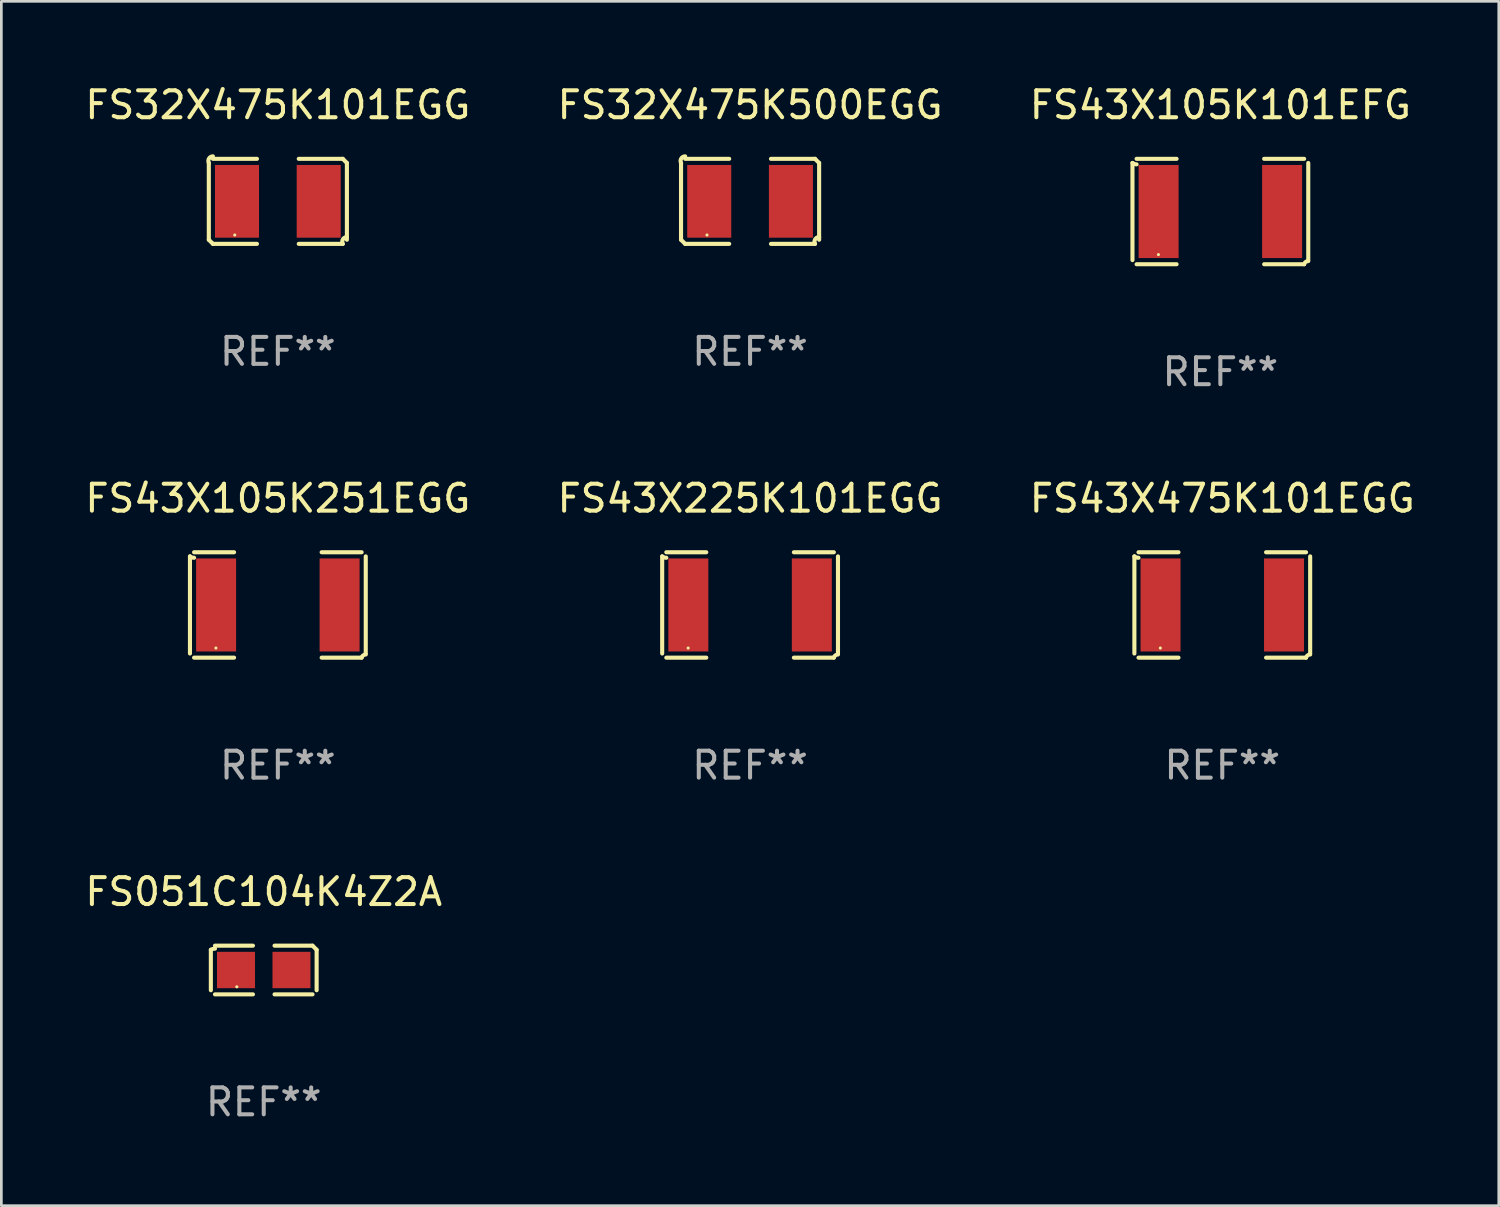
<source format=kicad_pcb>
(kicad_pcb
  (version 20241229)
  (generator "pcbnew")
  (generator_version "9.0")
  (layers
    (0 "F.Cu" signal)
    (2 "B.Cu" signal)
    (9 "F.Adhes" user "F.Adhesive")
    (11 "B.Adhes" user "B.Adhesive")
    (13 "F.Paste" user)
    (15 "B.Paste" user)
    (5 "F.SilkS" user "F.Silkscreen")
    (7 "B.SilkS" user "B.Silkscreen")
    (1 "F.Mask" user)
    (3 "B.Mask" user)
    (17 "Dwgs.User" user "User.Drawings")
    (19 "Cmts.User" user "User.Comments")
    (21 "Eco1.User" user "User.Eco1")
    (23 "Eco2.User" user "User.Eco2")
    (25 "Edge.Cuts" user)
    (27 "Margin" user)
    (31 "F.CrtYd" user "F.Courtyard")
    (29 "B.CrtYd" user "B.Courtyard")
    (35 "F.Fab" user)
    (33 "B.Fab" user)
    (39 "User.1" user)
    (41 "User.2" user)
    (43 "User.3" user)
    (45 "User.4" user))
  (footprint "FS32X475K500EGG"
    (layer "F.Cu")
    (at 24.804 4.427)
    (property "Reference" "FS32X475K500EGG" (at 0 -3.579 0) (layer "F.SilkS") (effects (font (size 1 1) (thickness 0.15))))
    (attr through_hole)
    (fp_line (start -2.564 1.426) (end -2.564 -1.426) (stroke (width 0.152) (type solid)) (layer "F.SilkS"))
    (fp_line (start -2.411 -1.579) (end -0.776 -1.579) (stroke (width 0.152) (type solid)) (layer "F.SilkS"))
    (fp_line (start -0.776 1.579) (end -2.411 1.579) (stroke (width 0.152) (type solid)) (layer "F.SilkS"))
    (fp_line (start 0.776 1.579) (end 2.411 1.579) (stroke (width 0.152) (type solid)) (layer "F.SilkS"))
    (fp_line (start 2.411 -1.579) (end 0.776 -1.579) (stroke (width 0.152) (type solid)) (layer "F.SilkS"))
    (fp_line (start 2.564 1.426) (end 2.564 -1.426) (stroke (width 0.152) (type solid)) (layer "F.SilkS"))
    (fp_arc (start -2.563602 -1.426213) (mid -2.555597 -1.591233) (end -2.411201 -1.671518) (stroke (width 0.1524) (type solid)) (layer "F.SilkS"))
    (fp_arc (start -2.5636 1.426214) (mid -2.487389 1.502402) (end -2.411201 1.578613) (stroke (width 0.1524) (type solid)) (layer "F.SilkS"))
    (fp_arc (start 2.411197 -1.578618) (mid 2.487403 -1.502419) (end 2.563602 -1.426213) (stroke (width 0.1524) (type solid)) (layer "F.SilkS"))
    (fp_arc (start 2.411201 1.578613) (mid 2.416214 1.409455) (end 2.563602 1.32629) (stroke (width 0.1524) (type solid)) (layer "F.SilkS"))
    (fp_circle (center -1.6 1.25) (end -1.57 1.25) (stroke (width 0.06) (type solid)) (fill no) (layer "F.SilkS"))
    (fp_text user "REF**" (at 0 5.579 0) (layer "F.Fab") (effects (font (size 1 1) (thickness 0.15))))
    (pad "1" smd rect (at -1.517 0) (size 1.635 2.7) (layers "F.Cu" "F.Mask" "F.Paste"))
    (pad "2" smd rect (at 1.517 0) (size 1.635 2.7) (layers "F.Cu" "F.Mask" "F.Paste")))
  (footprint "FS32X475K101EGG"
    (layer "F.Cu")
    (at 7.268 4.427)
    (property "Reference" "FS32X475K101EGG" (at 0 -3.579 0) (layer "F.SilkS") (effects (font (size 1 1) (thickness 0.15))))
    (attr through_hole)
    (fp_line (start -2.564 1.426) (end -2.564 -1.426) (stroke (width 0.152) (type solid)) (layer "F.SilkS"))
    (fp_line (start -2.411 -1.579) (end -0.776 -1.579) (stroke (width 0.152) (type solid)) (layer "F.SilkS"))
    (fp_line (start -0.776 1.579) (end -2.411 1.579) (stroke (width 0.152) (type solid)) (layer "F.SilkS"))
    (fp_line (start 0.776 1.579) (end 2.411 1.579) (stroke (width 0.152) (type solid)) (layer "F.SilkS"))
    (fp_line (start 2.411 -1.579) (end 0.776 -1.579) (stroke (width 0.152) (type solid)) (layer "F.SilkS"))
    (fp_line (start 2.564 1.426) (end 2.564 -1.426) (stroke (width 0.152) (type solid)) (layer "F.SilkS"))
    (fp_arc (start -2.563602 -1.426213) (mid -2.555597 -1.591233) (end -2.411201 -1.671518) (stroke (width 0.1524) (type solid)) (layer "F.SilkS"))
    (fp_arc (start -2.5636 1.426214) (mid -2.487389 1.502402) (end -2.411201 1.578613) (stroke (width 0.1524) (type solid)) (layer "F.SilkS"))
    (fp_arc (start 2.411197 -1.578618) (mid 2.487403 -1.502419) (end 2.563602 -1.426213) (stroke (width 0.1524) (type solid)) (layer "F.SilkS"))
    (fp_arc (start 2.411201 1.578613) (mid 2.416214 1.409455) (end 2.563602 1.32629) (stroke (width 0.1524) (type solid)) (layer "F.SilkS"))
    (fp_circle (center -1.6 1.25) (end -1.57 1.25) (stroke (width 0.06) (type solid)) (fill no) (layer "F.SilkS"))
    (fp_text user "REF**" (at 0 5.579 0) (layer "F.Fab") (effects (font (size 1 1) (thickness 0.15))))
    (pad "1" smd rect (at -1.517 0) (size 1.635 2.7) (layers "F.Cu" "F.Mask" "F.Paste"))
    (pad "2" smd rect (at 1.517 0) (size 1.635 2.7) (layers "F.Cu" "F.Mask" "F.Paste")))
  (footprint "FS051C104K4Z2A"
    (layer "F.Cu")
    (at 6.744 32.971)
    (property "Reference" "FS051C104K4Z2A" (at 0 -2.904 0) (layer "F.SilkS") (effects (font (size 1 1) (thickness 0.15))))
    (attr through_hole)
    (fp_line (start -1.964 0.751) (end -1.964 -0.751) (stroke (width 0.152) (type solid)) (layer "F.SilkS"))
    (fp_line (start -1.811 -0.904) (end -0.401 -0.904) (stroke (width 0.152) (type solid)) (layer "F.SilkS"))
    (fp_line (start -0.401 0.904) (end -1.811 0.904) (stroke (width 0.152) (type solid)) (layer "F.SilkS"))
    (fp_line (start 0.401 0.904) (end 1.811 0.904) (stroke (width 0.152) (type solid)) (layer "F.SilkS"))
    (fp_line (start 1.811 -0.904) (end 0.401 -0.904) (stroke (width 0.152) (type solid)) (layer "F.SilkS"))
    (fp_line (start 1.964 0.751) (end 1.964 -0.751) (stroke (width 0.152) (type solid)) (layer "F.SilkS"))
    (fp_arc (start -1.963602 -0.751207) (mid -1.890354 -0.783131) (end -1.811201 -0.794044) (stroke (width 0.1524) (type solid)) (layer "F.SilkS"))
    (fp_arc (start 1.811202 -0.903607) (mid 1.887413 -0.827418) (end 1.963602 -0.751207) (stroke (width 0.1524) (type solid)) (layer "F.SilkS"))
    (fp_circle (center -1 0.625) (end -0.97 0.625) (stroke (width 0.06) (type solid)) (fill no) (layer "F.SilkS"))
    (fp_text user "REF**" (at 0 4.904 0) (layer "F.Fab") (effects (font (size 1 1) (thickness 0.15))))
    (pad "1" smd rect (at -1.03 0) (size 1.41 1.35) (layers "F.Cu" "F.Mask" "F.Paste"))
    (pad "2" smd rect (at 1.03 0) (size 1.41 1.35) (layers "F.Cu" "F.Mask" "F.Paste")))
  (footprint "FS43X105K101EFG"
    (layer "F.Cu")
    (at 42.268 4.805)
    (property "Reference" "FS43X105K101EFG" (at 0 -3.957 0) (layer "F.SilkS") (effects (font (size 1 1) (thickness 0.15))))
    (attr through_hole)
    (fp_line (start -3.264 1.804) (end -3.264 -1.804) (stroke (width 0.152) (type solid)) (layer "F.SilkS"))
    (fp_line (start -3.111 -1.957) (end -1.626 -1.957) (stroke (width 0.152) (type solid)) (layer "F.SilkS"))
    (fp_line (start -1.626 1.957) (end -3.111 1.957) (stroke (width 0.152) (type solid)) (layer "F.SilkS"))
    (fp_line (start 1.626 1.957) (end 3.111 1.957) (stroke (width 0.152) (type solid)) (layer "F.SilkS"))
    (fp_line (start 3.111 -1.957) (end 1.626 -1.957) (stroke (width 0.152) (type solid)) (layer "F.SilkS"))
    (fp_line (start 3.264 1.804) (end 3.264 -1.804) (stroke (width 0.152) (type solid)) (layer "F.SilkS"))
    (fp_arc (start -3.111202 -1.752192) (mid -3.191715 -1.76555) (end -3.263602 -1.804191) (stroke (width 0.1524) (type solid)) (layer "F.SilkS"))
    (fp_arc (start 3.111201 1.956591) (mid 3.167789 1.872777) (end 3.263602 1.840424) (stroke (width 0.1524) (type solid)) (layer "F.SilkS"))
    (fp_circle (center -2.3 1.6) (end -2.27 1.6) (stroke (width 0.06) (type solid)) (fill no) (layer "F.SilkS"))
    (fp_text user "REF**" (at 0 5.957 0) (layer "F.Fab") (effects (font (size 1 1) (thickness 0.15))))
    (pad "1" smd rect (at -2.293 0) (size 1.485 3.456) (layers "F.Cu" "F.Mask" "F.Paste"))
    (pad "2" smd rect (at 2.293 0) (size 1.485 3.456) (layers "F.Cu" "F.Mask" "F.Paste")))
  (footprint "FS43X105K251EGG"
    (layer "F.Cu")
    (at 7.268 19.415)
    (property "Reference" "FS43X105K251EGG" (at 0 -3.957 0) (layer "F.SilkS") (effects (font (size 1 1) (thickness 0.15))))
    (attr through_hole)
    (fp_line (start -3.264 1.804) (end -3.264 -1.804) (stroke (width 0.152) (type solid)) (layer "F.SilkS"))
    (fp_line (start -3.111 -1.957) (end -1.626 -1.957) (stroke (width 0.152) (type solid)) (layer "F.SilkS"))
    (fp_line (start -1.626 1.957) (end -3.111 1.957) (stroke (width 0.152) (type solid)) (layer "F.SilkS"))
    (fp_line (start 1.626 1.957) (end 3.111 1.957) (stroke (width 0.152) (type solid)) (layer "F.SilkS"))
    (fp_line (start 3.111 -1.957) (end 1.626 -1.957) (stroke (width 0.152) (type solid)) (layer "F.SilkS"))
    (fp_line (start 3.264 1.804) (end 3.264 -1.804) (stroke (width 0.152) (type solid)) (layer "F.SilkS"))
    (fp_arc (start -3.111202 -1.752192) (mid -3.191715 -1.76555) (end -3.263602 -1.804191) (stroke (width 0.1524) (type solid)) (layer "F.SilkS"))
    (fp_arc (start 3.111201 1.956591) (mid 3.167789 1.872777) (end 3.263602 1.840424) (stroke (width 0.1524) (type solid)) (layer "F.SilkS"))
    (fp_circle (center -2.3 1.6) (end -2.27 1.6) (stroke (width 0.06) (type solid)) (fill no) (layer "F.SilkS"))
    (fp_text user "REF**" (at 0 5.957 0) (layer "F.Fab") (effects (font (size 1 1) (thickness 0.15))))
    (pad "1" smd rect (at -2.293 0) (size 1.485 3.456) (layers "F.Cu" "F.Mask" "F.Paste"))
    (pad "2" smd rect (at 2.293 0) (size 1.485 3.456) (layers "F.Cu" "F.Mask" "F.Paste")))
  (footprint "FS43X475K101EGG"
    (layer "F.Cu")
    (at 42.339 19.415)
    (property "Reference" "FS43X475K101EGG" (at 0 -3.957 0) (layer "F.SilkS") (effects (font (size 1 1) (thickness 0.15))))
    (attr through_hole)
    (fp_line (start -3.264 1.804) (end -3.264 -1.804) (stroke (width 0.152) (type solid)) (layer "F.SilkS"))
    (fp_line (start -3.111 -1.957) (end -1.626 -1.957) (stroke (width 0.152) (type solid)) (layer "F.SilkS"))
    (fp_line (start -1.626 1.957) (end -3.111 1.957) (stroke (width 0.152) (type solid)) (layer "F.SilkS"))
    (fp_line (start 1.626 1.957) (end 3.111 1.957) (stroke (width 0.152) (type solid)) (layer "F.SilkS"))
    (fp_line (start 3.111 -1.957) (end 1.626 -1.957) (stroke (width 0.152) (type solid)) (layer "F.SilkS"))
    (fp_line (start 3.264 1.804) (end 3.264 -1.804) (stroke (width 0.152) (type solid)) (layer "F.SilkS"))
    (fp_arc (start -3.111202 -1.752192) (mid -3.191715 -1.76555) (end -3.263602 -1.804191) (stroke (width 0.1524) (type solid)) (layer "F.SilkS"))
    (fp_arc (start 3.111201 1.956591) (mid 3.167789 1.872777) (end 3.263602 1.840424) (stroke (width 0.1524) (type solid)) (layer "F.SilkS"))
    (fp_circle (center -2.3 1.6) (end -2.27 1.6) (stroke (width 0.06) (type solid)) (fill no) (layer "F.SilkS"))
    (fp_text user "REF**" (at 0 5.957 0) (layer "F.Fab") (effects (font (size 1 1) (thickness 0.15))))
    (pad "1" smd rect (at -2.293 0) (size 1.485 3.456) (layers "F.Cu" "F.Mask" "F.Paste"))
    (pad "2" smd rect (at 2.293 0) (size 1.485 3.456) (layers "F.Cu" "F.Mask" "F.Paste")))
  (footprint "FS43X225K101EGG"
    (layer "F.Cu")
    (at 24.804 19.415)
    (property "Reference" "FS43X225K101EGG" (at 0 -3.957 0) (layer "F.SilkS") (effects (font (size 1 1) (thickness 0.15))))
    (attr through_hole)
    (fp_line (start -3.264 1.804) (end -3.264 -1.804) (stroke (width 0.152) (type solid)) (layer "F.SilkS"))
    (fp_line (start -3.111 -1.957) (end -1.626 -1.957) (stroke (width 0.152) (type solid)) (layer "F.SilkS"))
    (fp_line (start -1.626 1.957) (end -3.111 1.957) (stroke (width 0.152) (type solid)) (layer "F.SilkS"))
    (fp_line (start 1.626 1.957) (end 3.111 1.957) (stroke (width 0.152) (type solid)) (layer "F.SilkS"))
    (fp_line (start 3.111 -1.957) (end 1.626 -1.957) (stroke (width 0.152) (type solid)) (layer "F.SilkS"))
    (fp_line (start 3.264 1.804) (end 3.264 -1.804) (stroke (width 0.152) (type solid)) (layer "F.SilkS"))
    (fp_arc (start -3.111202 -1.752192) (mid -3.191715 -1.76555) (end -3.263602 -1.804191) (stroke (width 0.1524) (type solid)) (layer "F.SilkS"))
    (fp_arc (start 3.111201 1.956591) (mid 3.167789 1.872777) (end 3.263602 1.840424) (stroke (width 0.1524) (type solid)) (layer "F.SilkS"))
    (fp_circle (center -2.3 1.6) (end -2.27 1.6) (stroke (width 0.06) (type solid)) (fill no) (layer "F.SilkS"))
    (fp_text user "REF**" (at 0 5.957 0) (layer "F.Fab") (effects (font (size 1 1) (thickness 0.15))))
    (pad "1" smd rect (at -2.293 0) (size 1.485 3.456) (layers "F.Cu" "F.Mask" "F.Paste"))
    (pad "2" smd rect (at 2.293 0) (size 1.485 3.456) (layers "F.Cu" "F.Mask" "F.Paste")))
  (gr_rect
    (start -3 -3)
    (end 52.607 41.723)
    (stroke (width 0.1) (type default))
    (fill no)
    (layer "Edge.Cuts")))
</source>
